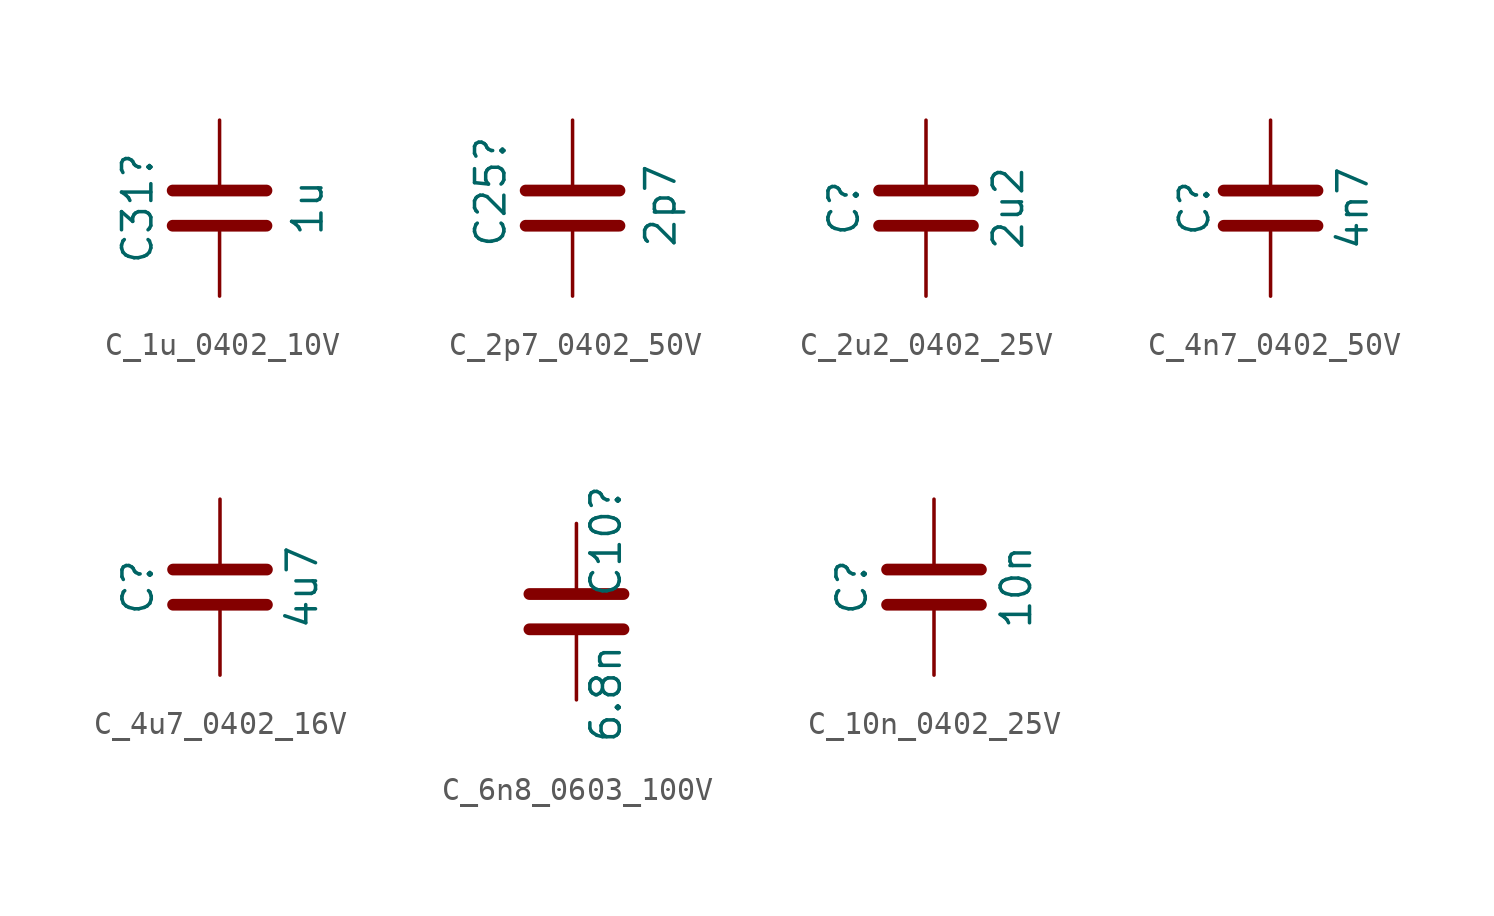
<source format=kicad_sym>
(kicad_symbol_lib
  (version 20241209)
  (generator "kicad_symbol_editor")
  (generator_version "9.0")
  (symbol "C_1u_0402_10V"
    (pin_numbers
      (hide yes))
    (pin_names
      (offset 0.254))
    (property "Reference" "C31"
      (at -3.556 0 90)
      (effects (font (size 1.27 1.27))))
    (property "Value" "1u"
      (at 3.81 0 90)
      (effects (font (size 1.27 1.27))))
    (symbol "C_1u_0402_10V_0_1"
      (polyline (pts (xy -2.032 0.762) (xy 2.032 0.762)) (stroke (width 0.508) (type default)) (fill (type none)))
      (polyline (pts (xy -2.032 -0.762) (xy 2.032 -0.762)) (stroke (width 0.508) (type default)) (fill (type none))))
    (symbol "C_1u_0402_10V_1_1"
      (pin passive line (at 0 3.81 270) (length 2.794) (name "~" (effects (font (size 1.27 1.27)))) (number "1" (effects (font (size 1.27 1.27)))))
      (pin passive line (at 0 -3.81 90) (length 2.794) (name "~" (effects (font (size 1.27 1.27)))) (number "2" (effects (font (size 1.27 1.27)))))))
  (symbol "C_2p7_0402_50V"
    (pin_numbers
      (hide yes))
    (pin_names
      (offset 0.254))
    (property "Reference" "C25"
      (at -3.556 -1.778 90)
      (effects (font (size 1.27 1.27)) (justify left)))
    (property "Value" "2p7"
      (at 3.81 -1.778 90)
      (effects (font (size 1.27 1.27)) (justify left)))
    (symbol "C_2p7_0402_50V_0_1"
      (polyline (pts (xy -2.032 0.762) (xy 2.032 0.762)) (stroke (width 0.508) (type default)) (fill (type none)))
      (polyline (pts (xy -2.032 -0.762) (xy 2.032 -0.762)) (stroke (width 0.508) (type default)) (fill (type none))))
    (symbol "C_2p7_0402_50V_1_1"
      (pin passive line (at 0 3.81 270) (length 2.794) (name "~" (effects (font (size 1.27 1.27)))) (number "1" (effects (font (size 1.27 1.27)))))
      (pin passive line (at 0 -3.81 90) (length 2.794) (name "~" (effects (font (size 1.27 1.27)))) (number "2" (effects (font (size 1.27 1.27)))))))
  (symbol "C_2u2_0402_25V"
    (pin_numbers
      (hide yes))
    (pin_names
      (offset 0.254))
    (property "Reference" "C"
      (at -3.556 0 90)
      (effects (font (size 1.27 1.27))))
    (property "Value" "2u2"
      (at 3.556 0 90)
      (effects (font (size 1.27 1.27))))
    (symbol "C_2u2_0402_25V_0_1"
      (polyline (pts (xy -2.032 0.762) (xy 2.032 0.762)) (stroke (width 0.508) (type default)) (fill (type none)))
      (polyline (pts (xy -2.032 -0.762) (xy 2.032 -0.762)) (stroke (width 0.508) (type default)) (fill (type none))))
    (symbol "C_2u2_0402_25V_1_1"
      (pin passive line (at 0 3.81 270) (length 2.794) (name "~" (effects (font (size 1.27 1.27)))) (number "1" (effects (font (size 1.27 1.27)))))
      (pin passive line (at 0 -3.81 90) (length 2.794) (name "~" (effects (font (size 1.27 1.27)))) (number "2" (effects (font (size 1.27 1.27)))))))
  (symbol "C_4n7_0402_50V"
    (pin_numbers
      (hide yes))
    (pin_names
      (offset 0.254))
    (property "Reference" "C"
      (at -3.302 0 90)
      (effects (font (size 1.27 1.27))))
    (property "Value" "4n7"
      (at 3.556 0 90)
      (effects (font (size 1.27 1.27))))
    (symbol "C_4n7_0402_50V_0_1"
      (polyline (pts (xy -2.032 0.762) (xy 2.032 0.762)) (stroke (width 0.508) (type default)) (fill (type none)))
      (polyline (pts (xy -2.032 -0.762) (xy 2.032 -0.762)) (stroke (width 0.508) (type default)) (fill (type none))))
    (symbol "C_4n7_0402_50V_1_1"
      (pin passive line (at 0 3.81 270) (length 2.794) (name "~" (effects (font (size 1.27 1.27)))) (number "1" (effects (font (size 1.27 1.27)))))
      (pin passive line (at 0 -3.81 90) (length 2.794) (name "~" (effects (font (size 1.27 1.27)))) (number "2" (effects (font (size 1.27 1.27)))))))
  (symbol "C_4u7_0402_16V"
    (pin_numbers
      (hide yes))
    (pin_names
      (offset 0.254))
    (property "Reference" "C"
      (at -3.556 0 90)
      (effects (font (size 1.27 1.27))))
    (property "Value" "4u7"
      (at 3.556 0 90)
      (effects (font (size 1.27 1.27))))
    (symbol "C_4u7_0402_16V_0_1"
      (polyline (pts (xy -2.032 0.762) (xy 2.032 0.762)) (stroke (width 0.508) (type default)) (fill (type none)))
      (polyline (pts (xy -2.032 -0.762) (xy 2.032 -0.762)) (stroke (width 0.508) (type default)) (fill (type none))))
    (symbol "C_4u7_0402_16V_1_1"
      (pin passive line (at 0 3.81 270) (length 2.794) (name "~" (effects (font (size 1.27 1.27)))) (number "1" (effects (font (size 1.27 1.27)))))
      (pin passive line (at 0 -3.81 90) (length 2.794) (name "~" (effects (font (size 1.27 1.27)))) (number "2" (effects (font (size 1.27 1.27)))))))
  (symbol "C_6n8_0603_100V"
    (pin_numbers
      (hide yes))
    (pin_names
      (offset 0.254))
    (property "Reference" "C10"
      (at 1.27 3.048 90)
      (effects (font (size 1.27 1.27))))
    (property "Value" "6.8n"
      (at 1.27 -3.556 90)
      (effects (font (size 1.27 1.27))))
    (symbol "C_6n8_0603_100V_0_1"
      (polyline (pts (xy -2.032 0.762) (xy 2.032 0.762)) (stroke (width 0.508) (type default)) (fill (type none)))
      (polyline (pts (xy -2.032 -0.762) (xy 2.032 -0.762)) (stroke (width 0.508) (type default)) (fill (type none))))
    (symbol "C_6n8_0603_100V_1_1"
      (pin passive line (at 0 3.81 270) (length 2.794) (name "~" (effects (font (size 1.27 1.27)))) (number "1" (effects (font (size 1.27 1.27)))))
      (pin passive line (at 0 -3.81 90) (length 2.794) (name "~" (effects (font (size 1.27 1.27)))) (number "2" (effects (font (size 1.27 1.27)))))))
  (symbol "C_10n_0402_25V"
    (pin_numbers
      (hide yes))
    (pin_names
      (offset 0.254))
    (property "Reference" "C"
      (at -3.556 0 90)
      (effects (font (size 1.27 1.27))))
    (property "Value" "10n"
      (at 3.556 0 90)
      (effects (font (size 1.27 1.27))))
    (symbol "C_10n_0402_25V_0_1"
      (polyline (pts (xy -2.032 0.762) (xy 2.032 0.762)) (stroke (width 0.508) (type default)) (fill (type none)))
      (polyline (pts (xy -2.032 -0.762) (xy 2.032 -0.762)) (stroke (width 0.508) (type default)) (fill (type none))))
    (symbol "C_10n_0402_25V_1_1"
      (pin passive line (at 0 3.81 270) (length 2.794) (name "~" (effects (font (size 1.27 1.27)))) (number "1" (effects (font (size 1.27 1.27)))))
      (pin passive line (at 0 -3.81 90) (length 2.794) (name "~" (effects (font (size 1.27 1.27)))) (number "2" (effects (font (size 1.27 1.27))))))))
</source>
